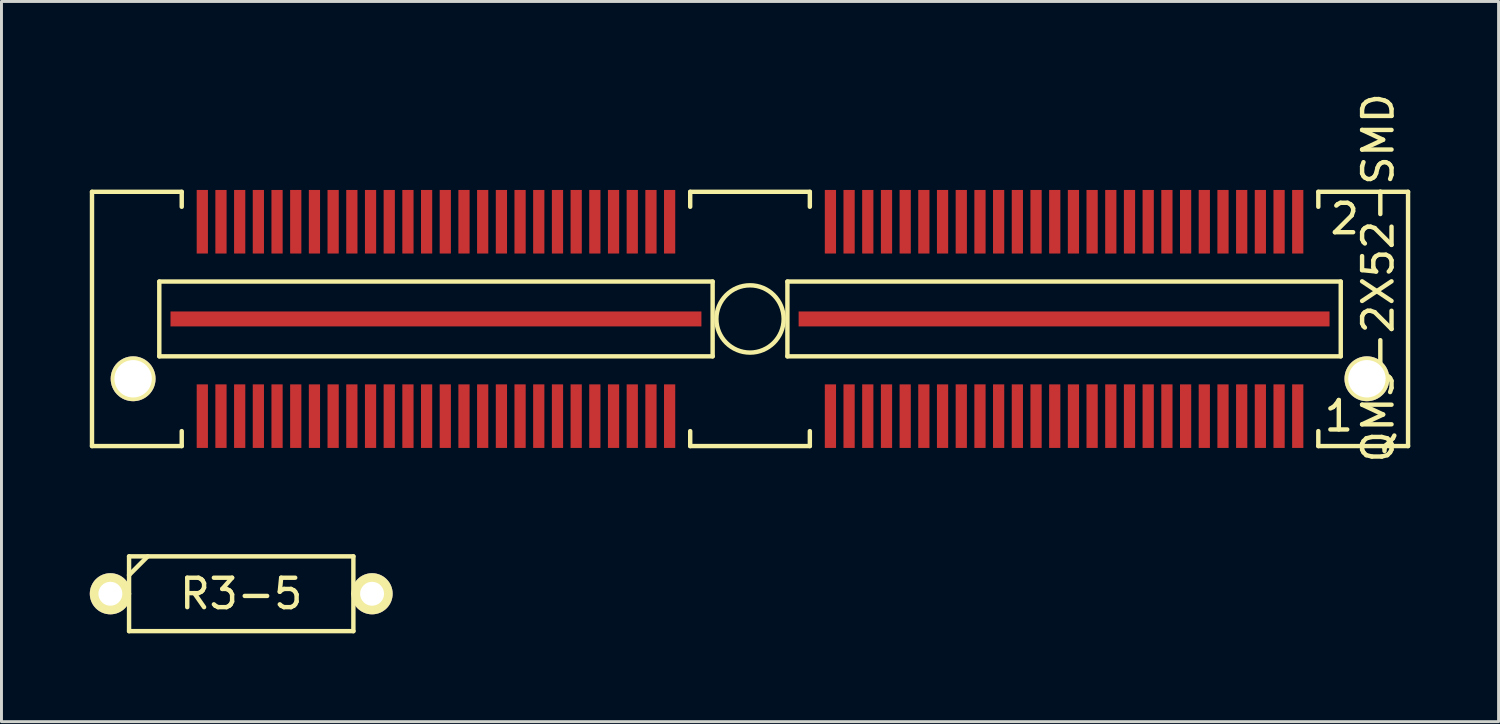
<source format=kicad_pcb>
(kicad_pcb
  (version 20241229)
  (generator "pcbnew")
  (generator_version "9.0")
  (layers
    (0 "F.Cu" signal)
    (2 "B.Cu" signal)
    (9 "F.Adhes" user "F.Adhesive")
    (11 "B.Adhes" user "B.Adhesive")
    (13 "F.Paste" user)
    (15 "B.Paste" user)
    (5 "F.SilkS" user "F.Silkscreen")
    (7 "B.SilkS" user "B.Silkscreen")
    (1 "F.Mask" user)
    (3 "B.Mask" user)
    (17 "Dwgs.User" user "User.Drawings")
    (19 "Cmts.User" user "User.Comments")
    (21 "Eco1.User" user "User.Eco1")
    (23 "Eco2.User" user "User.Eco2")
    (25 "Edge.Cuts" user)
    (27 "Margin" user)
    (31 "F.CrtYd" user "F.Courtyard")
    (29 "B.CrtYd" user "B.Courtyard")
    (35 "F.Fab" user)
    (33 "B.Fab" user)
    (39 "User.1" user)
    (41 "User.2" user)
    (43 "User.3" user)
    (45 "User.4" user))
  (footprint "QMS-2X52-SMD"
    (layer "F.Cu")
    (at 22.427 7.784)
    (property "Reference" "QMS-2X52-SMD" (at 21.336 -1.397 90) (layer "F.SilkS") (effects (font (size 1 1) (thickness 0.15))))
    (attr smd)
    (fp_line (start -22.352 -4.318) (end -19.304 -4.318) (stroke (width 0.15) (type solid)) (layer "F.SilkS"))
    (fp_line (start -22.352 4.318) (end -22.352 -4.318) (stroke (width 0.15) (type solid)) (layer "F.SilkS"))
    (fp_line (start -20.066 -1.27) (end -20.066 1.27) (stroke (width 0.15) (type solid)) (layer "F.SilkS"))
    (fp_line (start -20.066 -1.27) (end -1.27 -1.27) (stroke (width 0.15) (type solid)) (layer "F.SilkS"))
    (fp_line (start -19.304 -4.318) (end -19.304 -3.81) (stroke (width 0.15) (type solid)) (layer "F.SilkS"))
    (fp_line (start -19.304 3.81) (end -19.304 4.318) (stroke (width 0.15) (type solid)) (layer "F.SilkS"))
    (fp_line (start -19.304 4.318) (end -22.352 4.318) (stroke (width 0.15) (type solid)) (layer "F.SilkS"))
    (fp_line (start -2.032 -4.318) (end 2.032 -4.318) (stroke (width 0.15) (type solid)) (layer "F.SilkS"))
    (fp_line (start -2.032 -3.81) (end -2.032 -4.318) (stroke (width 0.15) (type solid)) (layer "F.SilkS"))
    (fp_line (start -2.032 4.318) (end -2.032 3.81) (stroke (width 0.15) (type solid)) (layer "F.SilkS"))
    (fp_line (start -1.27 1.27) (end -20.066 1.27) (stroke (width 0.15) (type solid)) (layer "F.SilkS"))
    (fp_line (start -1.27 1.27) (end -1.27 -1.27) (stroke (width 0.15) (type solid)) (layer "F.SilkS"))
    (fp_line (start 1.27 -1.27) (end 20.066 -1.27) (stroke (width 0.15) (type solid)) (layer "F.SilkS"))
    (fp_line (start 1.27 1.27) (end 1.27 -1.27) (stroke (width 0.15) (type solid)) (layer "F.SilkS"))
    (fp_line (start 2.032 -4.318) (end 2.032 -3.81) (stroke (width 0.15) (type solid)) (layer "F.SilkS"))
    (fp_line (start 2.032 3.81) (end 2.032 4.318) (stroke (width 0.15) (type solid)) (layer "F.SilkS"))
    (fp_line (start 2.032 4.318) (end -2.032 4.318) (stroke (width 0.15) (type solid)) (layer "F.SilkS"))
    (fp_line (start 19.304 -4.318) (end 22.352 -4.318) (stroke (width 0.15) (type solid)) (layer "F.SilkS"))
    (fp_line (start 19.304 -3.81) (end 19.304 -4.318) (stroke (width 0.15) (type solid)) (layer "F.SilkS"))
    (fp_line (start 19.304 4.318) (end 19.304 3.81) (stroke (width 0.15) (type solid)) (layer "F.SilkS"))
    (fp_line (start 20.066 -1.27) (end 20.066 1.27) (stroke (width 0.15) (type solid)) (layer "F.SilkS"))
    (fp_line (start 20.066 1.27) (end 1.27 1.27) (stroke (width 0.15) (type solid)) (layer "F.SilkS"))
    (fp_line (start 22.352 -4.318) (end 22.352 4.318) (stroke (width 0.15) (type solid)) (layer "F.SilkS"))
    (fp_line (start 22.352 4.318) (end 19.304 4.318) (stroke (width 0.15) (type solid)) (layer "F.SilkS"))
    (fp_circle (center 0 0) (end 0 -1.143) (stroke (width 0.15) (type solid)) (fill no) (layer "F.SilkS"))
    (fp_text user "2" (at 20.201 -3.401 0) (layer "F.SilkS") (effects (font (size 1 1) (thickness 0.15))))
    (fp_text user "1" (at 20 3.299 0) (layer "F.SilkS") (effects (font (size 1 1) (thickness 0.15))))
    (pad "" thru_hole circle (at -20.955 2.032) (size 1.524 1.524) (drill 1.27) (layers "*.Cu" "*.Mask" "F.SilkS"))
    (pad "" thru_hole circle (at 20.955 2.032) (size 1.524 1.524) (drill 1.27) (layers "*.Cu" "*.Mask" "F.SilkS"))
    (pad "1" smd rect (at 18.605 3.302) (size 0.381 2.159) (layers "F.Cu" "F.Mask" "F.Paste"))
    (pad "2" smd rect (at 18.605 -3.302) (size 0.381 2.159) (layers "F.Cu" "F.Mask" "F.Paste"))
    (pad "3" smd rect (at 17.971 3.302) (size 0.381 2.159) (layers "F.Cu" "F.Mask" "F.Paste"))
    (pad "4" smd rect (at 17.971 -3.302) (size 0.381 2.159) (layers "F.Cu" "F.Mask" "F.Paste"))
    (pad "5" smd rect (at 17.335 3.302) (size 0.381 2.159) (layers "F.Cu" "F.Mask" "F.Paste"))
    (pad "6" smd rect (at 17.335 -3.302) (size 0.381 2.159) (layers "F.Cu" "F.Mask" "F.Paste"))
    (pad "7" smd rect (at 16.701 3.302) (size 0.381 2.159) (layers "F.Cu" "F.Mask" "F.Paste"))
    (pad "8" smd rect (at 16.701 -3.302) (size 0.381 2.159) (layers "F.Cu" "F.Mask" "F.Paste"))
    (pad "9" smd rect (at 16.066 3.302) (size 0.381 2.159) (layers "F.Cu" "F.Mask" "F.Paste"))
    (pad "10" smd rect (at 16.066 -3.302) (size 0.381 2.159) (layers "F.Cu" "F.Mask" "F.Paste"))
    (pad "11" smd rect (at 15.431 3.302) (size 0.381 2.159) (layers "F.Cu" "F.Mask" "F.Paste"))
    (pad "12" smd rect (at 15.431 -3.302) (size 0.381 2.159) (layers "F.Cu" "F.Mask" "F.Paste"))
    (pad "13" smd rect (at 14.796 3.302) (size 0.381 2.159) (layers "F.Cu" "F.Mask" "F.Paste"))
    (pad "14" smd rect (at 14.796 -3.302) (size 0.381 2.159) (layers "F.Cu" "F.Mask" "F.Paste"))
    (pad "15" smd rect (at 14.161 3.302) (size 0.381 2.159) (layers "F.Cu" "F.Mask" "F.Paste"))
    (pad "16" smd rect (at 14.161 -3.302) (size 0.381 2.159) (layers "F.Cu" "F.Mask" "F.Paste"))
    (pad "17" smd rect (at 13.525 3.302) (size 0.381 2.159) (layers "F.Cu" "F.Mask" "F.Paste"))
    (pad "18" smd rect (at 13.525 -3.302) (size 0.381 2.159) (layers "F.Cu" "F.Mask" "F.Paste"))
    (pad "19" smd rect (at 12.89 3.302) (size 0.381 2.159) (layers "F.Cu" "F.Mask" "F.Paste"))
    (pad "20" smd rect (at 12.89 -3.302) (size 0.381 2.159) (layers "F.Cu" "F.Mask" "F.Paste"))
    (pad "21" smd rect (at 12.255 3.302) (size 0.381 2.159) (layers "F.Cu" "F.Mask" "F.Paste"))
    (pad "22" smd rect (at 12.255 -3.302) (size 0.381 2.159) (layers "F.Cu" "F.Mask" "F.Paste"))
    (pad "23" smd rect (at 11.62 3.302) (size 0.381 2.159) (layers "F.Cu" "F.Mask" "F.Paste"))
    (pad "24" smd rect (at 11.62 -3.302) (size 0.381 2.159) (layers "F.Cu" "F.Mask" "F.Paste"))
    (pad "25" smd rect (at 10.986 3.302) (size 0.381 2.159) (layers "F.Cu" "F.Mask" "F.Paste"))
    (pad "26" smd rect (at 10.986 -3.302) (size 0.381 2.159) (layers "F.Cu" "F.Mask" "F.Paste"))
    (pad "27" smd rect (at 10.351 3.302) (size 0.381 2.159) (layers "F.Cu" "F.Mask" "F.Paste"))
    (pad "28" smd rect (at 10.351 -3.302) (size 0.381 2.159) (layers "F.Cu" "F.Mask" "F.Paste"))
    (pad "29" smd rect (at 9.716 3.302) (size 0.381 2.159) (layers "F.Cu" "F.Mask" "F.Paste"))
    (pad "30" smd rect (at 9.716 -3.302) (size 0.381 2.159) (layers "F.Cu" "F.Mask" "F.Paste"))
    (pad "31" smd rect (at 9.081 3.302) (size 0.381 2.159) (layers "F.Cu" "F.Mask" "F.Paste"))
    (pad "32" smd rect (at 9.081 -3.302) (size 0.381 2.159) (layers "F.Cu" "F.Mask" "F.Paste"))
    (pad "33" smd rect (at 8.445 3.302) (size 0.381 2.159) (layers "F.Cu" "F.Mask" "F.Paste"))
    (pad "34" smd rect (at 8.445 -3.302) (size 0.381 2.159) (layers "F.Cu" "F.Mask" "F.Paste"))
    (pad "35" smd rect (at 7.811 3.302) (size 0.381 2.159) (layers "F.Cu" "F.Mask" "F.Paste"))
    (pad "36" smd rect (at 7.811 -3.302) (size 0.381 2.159) (layers "F.Cu" "F.Mask" "F.Paste"))
    (pad "37" smd rect (at 7.176 3.302) (size 0.381 2.159) (layers "F.Cu" "F.Mask" "F.Paste"))
    (pad "38" smd rect (at 7.176 -3.302) (size 0.381 2.159) (layers "F.Cu" "F.Mask" "F.Paste"))
    (pad "39" smd rect (at 6.54 3.302) (size 0.381 2.159) (layers "F.Cu" "F.Mask" "F.Paste"))
    (pad "40" smd rect (at 6.54 -3.302) (size 0.381 2.159) (layers "F.Cu" "F.Mask" "F.Paste"))
    (pad "41" smd rect (at 5.905 3.302) (size 0.381 2.159) (layers "F.Cu" "F.Mask" "F.Paste"))
    (pad "42" smd rect (at 5.905 -3.302) (size 0.381 2.159) (layers "F.Cu" "F.Mask" "F.Paste"))
    (pad "43" smd rect (at 5.271 3.302) (size 0.381 2.159) (layers "F.Cu" "F.Mask" "F.Paste"))
    (pad "44" smd rect (at 5.271 -3.302) (size 0.381 2.159) (layers "F.Cu" "F.Mask" "F.Paste"))
    (pad "45" smd rect (at 4.636 3.302) (size 0.381 2.159) (layers "F.Cu" "F.Mask" "F.Paste"))
    (pad "46" smd rect (at 4.636 -3.302) (size 0.381 2.159) (layers "F.Cu" "F.Mask" "F.Paste"))
    (pad "47" smd rect (at 4 3.302) (size 0.381 2.159) (layers "F.Cu" "F.Mask" "F.Paste"))
    (pad "48" smd rect (at 4 -3.302) (size 0.381 2.159) (layers "F.Cu" "F.Mask" "F.Paste"))
    (pad "49" smd rect (at 3.365 3.302) (size 0.381 2.159) (layers "F.Cu" "F.Mask" "F.Paste"))
    (pad "50" smd rect (at 3.365 -3.302) (size 0.381 2.159) (layers "F.Cu" "F.Mask" "F.Paste"))
    (pad "51" smd rect (at 2.731 3.302) (size 0.381 2.159) (layers "F.Cu" "F.Mask" "F.Paste"))
    (pad "52" smd rect (at 2.731 -3.302) (size 0.381 2.159) (layers "F.Cu" "F.Mask" "F.Paste"))
    (pad "53" smd rect (at -2.731 3.302) (size 0.381 2.159) (layers "F.Cu" "F.Mask" "F.Paste"))
    (pad "54" smd rect (at -2.731 -3.302) (size 0.381 2.159) (layers "F.Cu" "F.Mask" "F.Paste"))
    (pad "55" smd rect (at -3.365 3.302) (size 0.381 2.159) (layers "F.Cu" "F.Mask" "F.Paste"))
    (pad "56" smd rect (at -3.365 -3.302) (size 0.381 2.159) (layers "F.Cu" "F.Mask" "F.Paste"))
    (pad "57" smd rect (at -4 3.302) (size 0.381 2.159) (layers "F.Cu" "F.Mask" "F.Paste"))
    (pad "58" smd rect (at -4 -3.302) (size 0.381 2.159) (layers "F.Cu" "F.Mask" "F.Paste"))
    (pad "59" smd rect (at -4.636 3.302) (size 0.381 2.159) (layers "F.Cu" "F.Mask" "F.Paste"))
    (pad "60" smd rect (at -4.636 -3.302) (size 0.381 2.159) (layers "F.Cu" "F.Mask" "F.Paste"))
    (pad "61" smd rect (at -5.271 3.302) (size 0.381 2.159) (layers "F.Cu" "F.Mask" "F.Paste"))
    (pad "62" smd rect (at -5.271 -3.302) (size 0.381 2.159) (layers "F.Cu" "F.Mask" "F.Paste"))
    (pad "63" smd rect (at -5.905 3.302) (size 0.381 2.159) (layers "F.Cu" "F.Mask" "F.Paste"))
    (pad "64" smd rect (at -5.905 -3.302) (size 0.381 2.159) (layers "F.Cu" "F.Mask" "F.Paste"))
    (pad "65" smd rect (at -6.54 3.302) (size 0.381 2.159) (layers "F.Cu" "F.Mask" "F.Paste"))
    (pad "66" smd rect (at -6.54 -3.302) (size 0.381 2.159) (layers "F.Cu" "F.Mask" "F.Paste"))
    (pad "67" smd rect (at -7.176 3.302) (size 0.381 2.159) (layers "F.Cu" "F.Mask" "F.Paste"))
    (pad "68" smd rect (at -7.176 -3.302) (size 0.381 2.159) (layers "F.Cu" "F.Mask" "F.Paste"))
    (pad "69" smd rect (at -7.811 3.302) (size 0.381 2.159) (layers "F.Cu" "F.Mask" "F.Paste"))
    (pad "70" smd rect (at -7.811 -3.302) (size 0.381 2.159) (layers "F.Cu" "F.Mask" "F.Paste"))
    (pad "71" smd rect (at -8.445 3.302) (size 0.381 2.159) (layers "F.Cu" "F.Mask" "F.Paste"))
    (pad "72" smd rect (at -8.445 -3.302) (size 0.381 2.159) (layers "F.Cu" "F.Mask" "F.Paste"))
    (pad "73" smd rect (at -9.081 3.302) (size 0.381 2.159) (layers "F.Cu" "F.Mask" "F.Paste"))
    (pad "74" smd rect (at -9.081 -3.302) (size 0.381 2.159) (layers "F.Cu" "F.Mask" "F.Paste"))
    (pad "75" smd rect (at -9.716 3.302) (size 0.381 2.159) (layers "F.Cu" "F.Mask" "F.Paste"))
    (pad "76" smd rect (at -9.716 -3.302) (size 0.381 2.159) (layers "F.Cu" "F.Mask" "F.Paste"))
    (pad "77" smd rect (at -10.351 3.302) (size 0.381 2.159) (layers "F.Cu" "F.Mask" "F.Paste"))
    (pad "78" smd rect (at -10.351 -3.302) (size 0.381 2.159) (layers "F.Cu" "F.Mask" "F.Paste"))
    (pad "79" smd rect (at -10.986 3.302) (size 0.381 2.159) (layers "F.Cu" "F.Mask" "F.Paste"))
    (pad "80" smd rect (at -10.986 -3.302) (size 0.381 2.159) (layers "F.Cu" "F.Mask" "F.Paste"))
    (pad "81" smd rect (at -11.62 3.302) (size 0.381 2.159) (layers "F.Cu" "F.Mask" "F.Paste"))
    (pad "82" smd rect (at -11.62 -3.302) (size 0.381 2.159) (layers "F.Cu" "F.Mask" "F.Paste"))
    (pad "83" smd rect (at -12.255 3.302) (size 0.381 2.159) (layers "F.Cu" "F.Mask" "F.Paste"))
    (pad "84" smd rect (at -12.255 -3.302) (size 0.381 2.159) (layers "F.Cu" "F.Mask" "F.Paste"))
    (pad "85" smd rect (at -12.89 3.302) (size 0.381 2.159) (layers "F.Cu" "F.Mask" "F.Paste"))
    (pad "86" smd rect (at -12.89 -3.302) (size 0.381 2.159) (layers "F.Cu" "F.Mask" "F.Paste"))
    (pad "87" smd rect (at -13.525 3.302) (size 0.381 2.159) (layers "F.Cu" "F.Mask" "F.Paste"))
    (pad "88" smd rect (at -13.525 -3.302) (size 0.381 2.159) (layers "F.Cu" "F.Mask" "F.Paste"))
    (pad "89" smd rect (at -14.161 3.302) (size 0.381 2.159) (layers "F.Cu" "F.Mask" "F.Paste"))
    (pad "90" smd rect (at -14.161 -3.302) (size 0.381 2.159) (layers "F.Cu" "F.Mask" "F.Paste"))
    (pad "91" smd rect (at -14.796 3.302) (size 0.381 2.159) (layers "F.Cu" "F.Mask" "F.Paste"))
    (pad "92" smd rect (at -14.796 -3.302) (size 0.381 2.159) (layers "F.Cu" "F.Mask" "F.Paste"))
    (pad "93" smd rect (at -15.431 3.302) (size 0.381 2.159) (layers "F.Cu" "F.Mask" "F.Paste"))
    (pad "94" smd rect (at -15.431 -3.302) (size 0.381 2.159) (layers "F.Cu" "F.Mask" "F.Paste"))
    (pad "95" smd rect (at -16.066 3.302) (size 0.381 2.159) (layers "F.Cu" "F.Mask" "F.Paste"))
    (pad "96" smd rect (at -16.066 -3.302) (size 0.381 2.159) (layers "F.Cu" "F.Mask" "F.Paste"))
    (pad "97" smd rect (at -16.701 3.302) (size 0.381 2.159) (layers "F.Cu" "F.Mask" "F.Paste"))
    (pad "98" smd rect (at -16.701 -3.302) (size 0.381 2.159) (layers "F.Cu" "F.Mask" "F.Paste"))
    (pad "99" smd rect (at -17.335 3.302) (size 0.381 2.159) (layers "F.Cu" "F.Mask" "F.Paste"))
    (pad "100" smd rect (at -17.335 -3.302) (size 0.381 2.159) (layers "F.Cu" "F.Mask" "F.Paste"))
    (pad "101" smd rect (at -17.971 3.302) (size 0.381 2.159) (layers "F.Cu" "F.Mask" "F.Paste"))
    (pad "102" smd rect (at -17.971 -3.302) (size 0.381 2.159) (layers "F.Cu" "F.Mask" "F.Paste"))
    (pad "103" smd rect (at -18.605 3.302) (size 0.381 2.159) (layers "F.Cu" "F.Mask" "F.Paste"))
    (pad "104" smd rect (at -18.605 -3.302) (size 0.381 2.159) (layers "F.Cu" "F.Mask" "F.Paste"))
    (pad "105" smd rect (at 10.668 0) (size 18.034 0.508) (layers "F.Cu" "F.Mask" "F.Paste"))
    (pad "106" smd rect (at -10.668 0) (size 18.034 0.508) (layers "F.Cu" "F.Mask" "F.Paste")))
  (footprint "R3-5"
    (layer "F.Cu")
    (at 5.144 17.119)
    (property "Reference" "R3-5" (at 0 0 0) (layer "F.SilkS") (effects (font (size 1 1) (thickness 0.15))))
    (attr through_hole)
    (fp_line (start -4.445 0) (end -3.81 0) (stroke (width 0.15) (type solid)) (layer "F.SilkS"))
    (fp_line (start -3.81 -1.27) (end -3.81 -0.635) (stroke (width 0.15) (type solid)) (layer "F.SilkS"))
    (fp_line (start -3.81 -0.635) (end -3.81 1.27) (stroke (width 0.15) (type solid)) (layer "F.SilkS"))
    (fp_line (start -3.81 -0.635) (end -3.175 -1.27) (stroke (width 0.15) (type solid)) (layer "F.SilkS"))
    (fp_line (start -3.81 1.27) (end 3.81 1.27) (stroke (width 0.15) (type solid)) (layer "F.SilkS"))
    (fp_line (start 3.81 -1.27) (end -3.81 -1.27) (stroke (width 0.15) (type solid)) (layer "F.SilkS"))
    (fp_line (start 3.81 0) (end 4.445 0) (stroke (width 0.15) (type solid)) (layer "F.SilkS"))
    (fp_line (start 3.81 1.27) (end 3.81 -1.27) (stroke (width 0.15) (type solid)) (layer "F.SilkS"))
    (pad "1" thru_hole circle (at -4.445 0) (size 1.397 1.397) (drill 0.813) (layers "*.Cu" "*.Mask" "F.SilkS"))
    (pad "2" thru_hole circle (at 4.445 0) (size 1.397 1.397) (drill 0.813) (layers "*.Cu" "*.Mask" "F.SilkS")))
  (gr_rect
    (start -3 -3)
    (end 47.854 21.464)
    (stroke (width 0.1) (type default))
    (fill no)
    (layer "Edge.Cuts")))
</source>
